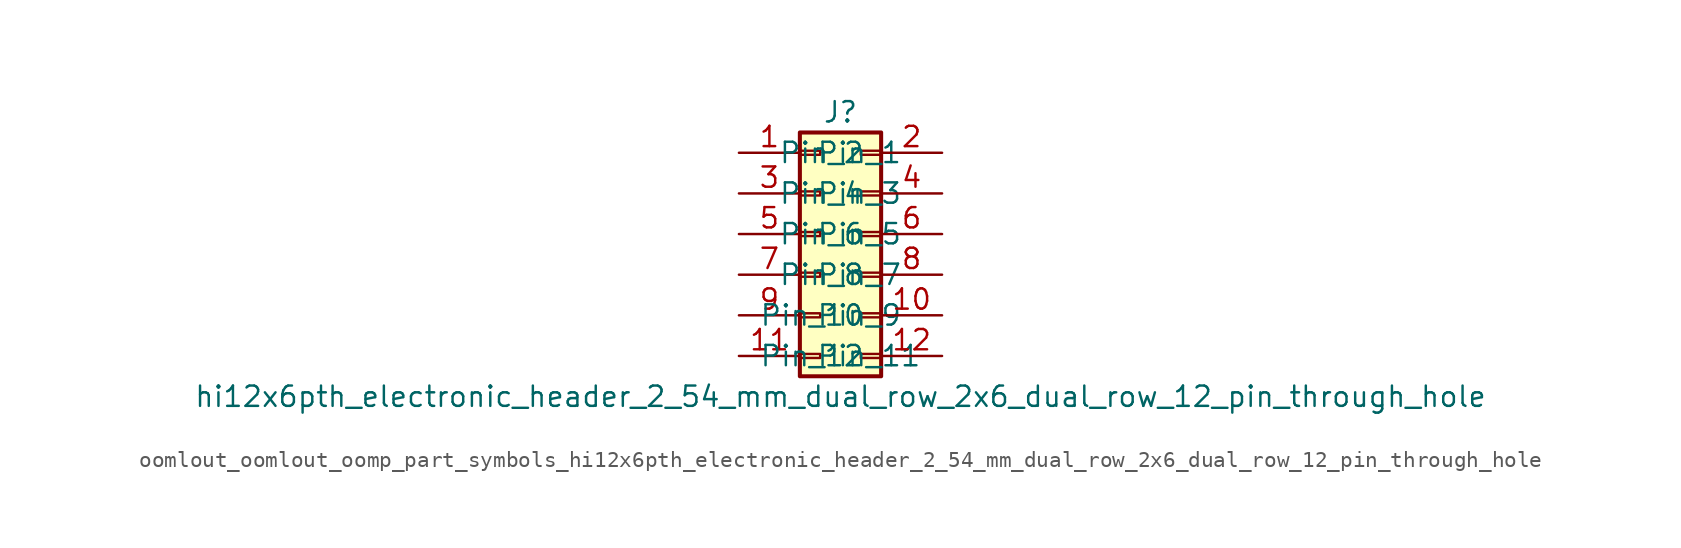
<source format=kicad_sym>
(kicad_symbol_lib
  (version 20220914)
  (generator kicad_symbol_editor)
  (symbol "oomlout_oomlout_oomp_part_symbols_hi12x6pth_electronic_header_2_54_mm_dual_row_2x6_dual_row_12_pin_through_hole"
    (pin_names
      (offset 1.016))
    (property "Reference" "J"
      (at 1.27 7.62 0)
      (effects (font (size 1.27 1.27))))
    (property "Value" "hi12x6pth_electronic_header_2_54_mm_dual_row_2x6_dual_row_12_pin_through_hole"
      (at 1.27 -10.16 0)
      (effects (font (size 1.27 1.27))))
    (symbol "oomlout_oomlout_oomp_part_symbols_hi12x6pth_electronic_header_2_54_mm_dual_row_2x6_dual_row_12_pin_through_hole_1_1"
      (rectangle (start -1.27 -7.493) (end 0 -7.747) (stroke (width 0.152) (type default)) (fill (type none)))
      (rectangle (start -1.27 -4.953) (end 0 -5.207) (stroke (width 0.152) (type default)) (fill (type none)))
      (rectangle (start -1.27 -2.413) (end 0 -2.667) (stroke (width 0.152) (type default)) (fill (type none)))
      (rectangle (start -1.27 0.127) (end 0 -0.127) (stroke (width 0.152) (type default)) (fill (type none)))
      (rectangle (start -1.27 2.667) (end 0 2.413) (stroke (width 0.152) (type default)) (fill (type none)))
      (rectangle (start -1.27 5.207) (end 0 4.953) (stroke (width 0.152) (type default)) (fill (type none)))
      (rectangle (start -1.27 6.35) (end 3.81 -8.89) (stroke (width 0.254) (type default)) (fill (type background)))
      (rectangle (start 3.81 -7.493) (end 2.54 -7.747) (stroke (width 0.152) (type default)) (fill (type none)))
      (rectangle (start 3.81 -4.953) (end 2.54 -5.207) (stroke (width 0.152) (type default)) (fill (type none)))
      (rectangle (start 3.81 -2.413) (end 2.54 -2.667) (stroke (width 0.152) (type default)) (fill (type none)))
      (rectangle (start 3.81 0.127) (end 2.54 -0.127) (stroke (width 0.152) (type default)) (fill (type none)))
      (rectangle (start 3.81 2.667) (end 2.54 2.413) (stroke (width 0.152) (type default)) (fill (type none)))
      (rectangle (start 3.81 5.207) (end 2.54 4.953) (stroke (width 0.152) (type default)) (fill (type none)))
      (pin passive line (at -5.08 5.08 0) (length 3.81) (name "Pin_1" (effects (font (size 1.27 1.27)))) (number "1" (effects (font (size 1.27 1.27)))))
      (pin passive line (at 7.62 -5.08 180) (length 3.81) (name "Pin_10" (effects (font (size 1.27 1.27)))) (number "10" (effects (font (size 1.27 1.27)))))
      (pin passive line (at -5.08 -7.62 0) (length 3.81) (name "Pin_11" (effects (font (size 1.27 1.27)))) (number "11" (effects (font (size 1.27 1.27)))))
      (pin passive line (at 7.62 -7.62 180) (length 3.81) (name "Pin_12" (effects (font (size 1.27 1.27)))) (number "12" (effects (font (size 1.27 1.27)))))
      (pin passive line (at 7.62 5.08 180) (length 3.81) (name "Pin_2" (effects (font (size 1.27 1.27)))) (number "2" (effects (font (size 1.27 1.27)))))
      (pin passive line (at -5.08 2.54 0) (length 3.81) (name "Pin_3" (effects (font (size 1.27 1.27)))) (number "3" (effects (font (size 1.27 1.27)))))
      (pin passive line (at 7.62 2.54 180) (length 3.81) (name "Pin_4" (effects (font (size 1.27 1.27)))) (number "4" (effects (font (size 1.27 1.27)))))
      (pin passive line (at -5.08 0 0) (length 3.81) (name "Pin_5" (effects (font (size 1.27 1.27)))) (number "5" (effects (font (size 1.27 1.27)))))
      (pin passive line (at 7.62 0 180) (length 3.81) (name "Pin_6" (effects (font (size 1.27 1.27)))) (number "6" (effects (font (size 1.27 1.27)))))
      (pin passive line (at -5.08 -2.54 0) (length 3.81) (name "Pin_7" (effects (font (size 1.27 1.27)))) (number "7" (effects (font (size 1.27 1.27)))))
      (pin passive line (at 7.62 -2.54 180) (length 3.81) (name "Pin_8" (effects (font (size 1.27 1.27)))) (number "8" (effects (font (size 1.27 1.27)))))
      (pin passive line (at -5.08 -5.08 0) (length 3.81) (name "Pin_9" (effects (font (size 1.27 1.27)))) (number "9" (effects (font (size 1.27 1.27))))))))
</source>
